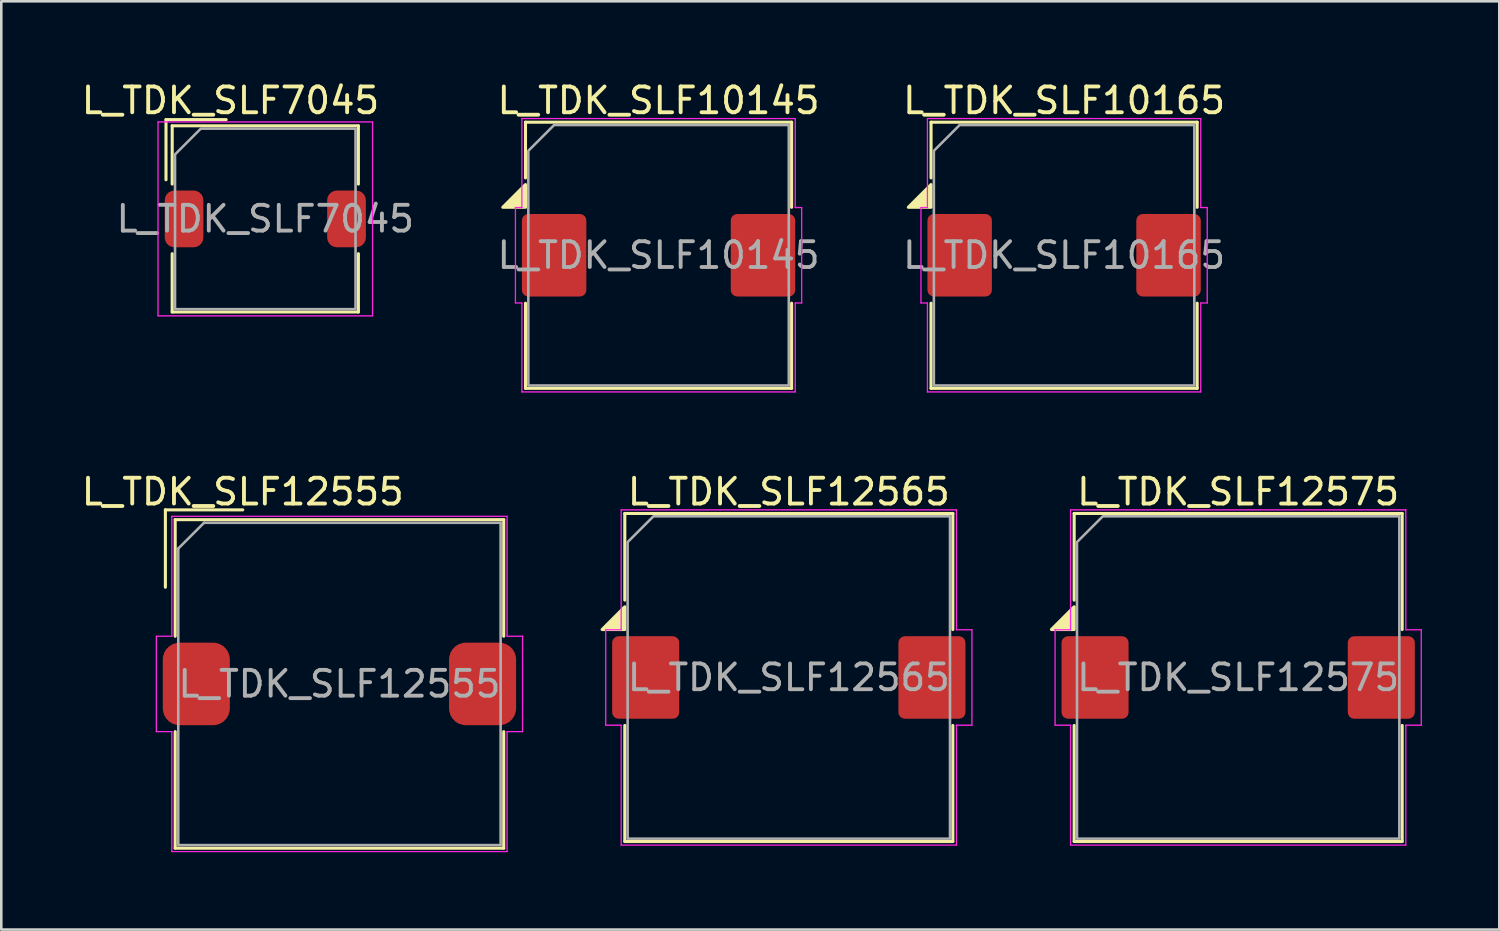
<source format=kicad_pcb>
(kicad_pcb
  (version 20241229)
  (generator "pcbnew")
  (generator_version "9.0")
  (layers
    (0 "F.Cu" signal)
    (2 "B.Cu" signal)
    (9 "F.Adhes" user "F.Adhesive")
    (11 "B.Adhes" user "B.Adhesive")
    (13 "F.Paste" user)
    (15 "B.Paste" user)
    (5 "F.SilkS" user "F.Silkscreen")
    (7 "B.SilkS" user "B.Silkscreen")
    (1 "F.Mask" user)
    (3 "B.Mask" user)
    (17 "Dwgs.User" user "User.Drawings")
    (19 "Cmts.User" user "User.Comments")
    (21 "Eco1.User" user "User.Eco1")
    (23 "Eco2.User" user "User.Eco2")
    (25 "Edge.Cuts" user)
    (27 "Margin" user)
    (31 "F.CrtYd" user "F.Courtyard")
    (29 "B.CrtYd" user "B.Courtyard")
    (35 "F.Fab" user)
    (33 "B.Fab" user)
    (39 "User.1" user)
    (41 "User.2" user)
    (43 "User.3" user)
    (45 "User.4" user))
  (footprint "L_TDK_SLF12555"
    (layer "F.Cu")
    (at 10.113 23.471)
    (property "Reference" "L_TDK_SLF12555" (at -3.75 -7.45 0) (layer "F.SilkS") (effects (font (size 1 1) (thickness 0.15))))
    (attr smd)
    (fp_line (start -6.75 -6.75) (end -3.75 -6.75) (stroke (width 0.12) (type solid)) (layer "F.SilkS"))
    (fp_line (start -6.75 -3.75) (end -6.75 -6.75) (stroke (width 0.12) (type solid)) (layer "F.SilkS"))
    (fp_line (start -6.37 -6.37) (end -6.37 -1.85) (stroke (width 0.12) (type solid)) (layer "F.SilkS"))
    (fp_line (start -6.37 -6.37) (end 6.37 -6.37) (stroke (width 0.12) (type solid)) (layer "F.SilkS"))
    (fp_line (start -6.37 1.85) (end -6.37 6.37) (stroke (width 0.12) (type solid)) (layer "F.SilkS"))
    (fp_line (start -6.37 6.37) (end 6.37 6.37) (stroke (width 0.12) (type solid)) (layer "F.SilkS"))
    (fp_line (start 6.37 -6.37) (end 6.37 -1.85) (stroke (width 0.12) (type solid)) (layer "F.SilkS"))
    (fp_line (start 6.37 1.85) (end 6.37 6.37) (stroke (width 0.12) (type solid)) (layer "F.SilkS"))
    (fp_line (start -7.1 -1.85) (end -7.1 1.85) (stroke (width 0.05) (type solid)) (layer "F.CrtYd"))
    (fp_line (start -7.1 1.85) (end -6.5 1.85) (stroke (width 0.05) (type solid)) (layer "F.CrtYd"))
    (fp_line (start -6.5 -6.5) (end -6.5 -1.85) (stroke (width 0.05) (type solid)) (layer "F.CrtYd"))
    (fp_line (start -6.5 -6.5) (end 6.5 -6.5) (stroke (width 0.05) (type solid)) (layer "F.CrtYd"))
    (fp_line (start -6.5 -1.85) (end -7.1 -1.85) (stroke (width 0.05) (type solid)) (layer "F.CrtYd"))
    (fp_line (start -6.5 1.85) (end -6.5 6.5) (stroke (width 0.05) (type solid)) (layer "F.CrtYd"))
    (fp_line (start -6.5 6.5) (end 6.5 6.5) (stroke (width 0.05) (type solid)) (layer "F.CrtYd"))
    (fp_line (start 6.5 -6.5) (end 6.5 -1.85) (stroke (width 0.05) (type solid)) (layer "F.CrtYd"))
    (fp_line (start 6.5 -1.85) (end 7.1 -1.85) (stroke (width 0.05) (type solid)) (layer "F.CrtYd"))
    (fp_line (start 6.5 1.85) (end 6.5 6.5) (stroke (width 0.05) (type solid)) (layer "F.CrtYd"))
    (fp_line (start 7.1 -1.85) (end 7.1 1.85) (stroke (width 0.05) (type solid)) (layer "F.CrtYd"))
    (fp_line (start 7.1 1.85) (end 6.5 1.85) (stroke (width 0.05) (type solid)) (layer "F.CrtYd"))
    (fp_line (start -6.25 -5.25) (end -5.25 -6.25) (stroke (width 0.1) (type solid)) (layer "F.Fab"))
    (fp_line (start -6.25 6.25) (end -6.25 -5.25) (stroke (width 0.1) (type solid)) (layer "F.Fab"))
    (fp_line (start -5.25 -6.25) (end 6.25 -6.25) (stroke (width 0.1) (type solid)) (layer "F.Fab"))
    (fp_line (start 6.25 -6.25) (end 6.25 6.25) (stroke (width 0.1) (type solid)) (layer "F.Fab"))
    (fp_line (start 6.25 6.25) (end -6.25 6.25) (stroke (width 0.1) (type solid)) (layer "F.Fab"))
    (fp_text user "${REFERENCE}" (at 0 0 0) (layer "F.Fab") (effects (font (size 1 1) (thickness 0.15))))
    (pad "1" smd roundrect (at -5.55 0) (size 2.6 3.2) (layers "F.Cu" "F.Mask" "F.Paste") (roundrect_rratio 0.25))
    (pad "2" smd roundrect (at 5.55 0) (size 2.6 3.2) (layers "F.Cu" "F.Mask" "F.Paste") (roundrect_rratio 0.25)))
  (footprint "L_TDK_SLF10165"
    (layer "F.Cu")
    (at 38.213 6.848)
    (property "Reference" "L_TDK_SLF10165" (at 0 -6 0) (layer "F.SilkS") (effects (font (size 1 1) (thickness 0.15))))
    (attr smd)
    (fp_line (start -5.16 -5.16) (end 5.16 -5.16) (stroke (width 0.12) (type solid)) (layer "F.SilkS"))
    (fp_line (start -5.16 -3) (end -5.16 -5.16) (stroke (width 0.12) (type solid)) (layer "F.SilkS"))
    (fp_line (start -5.16 5.16) (end -5.16 1.86) (stroke (width 0.12) (type solid)) (layer "F.SilkS"))
    (fp_line (start 5.16 -5.16) (end 5.16 -1.86) (stroke (width 0.12) (type solid)) (layer "F.SilkS"))
    (fp_line (start 5.16 1.86) (end 5.16 5.16) (stroke (width 0.12) (type solid)) (layer "F.SilkS"))
    (fp_line (start 5.16 5.16) (end -5.16 5.16) (stroke (width 0.12) (type solid)) (layer "F.SilkS"))
    (fp_poly (pts (xy -5.16 -1.86) (xy -6.04 -1.86) (xy -5.16 -2.74)) (stroke (width 0.12) (type solid)) (fill yes) (layer "F.SilkS"))
    (fp_line (start -5.55 -1.85) (end -5.3 -1.85) (stroke (width 0.05) (type solid)) (layer "F.CrtYd"))
    (fp_line (start -5.55 1.85) (end -5.55 -1.85) (stroke (width 0.05) (type solid)) (layer "F.CrtYd"))
    (fp_line (start -5.3 -5.3) (end 5.3 -5.3) (stroke (width 0.05) (type solid)) (layer "F.CrtYd"))
    (fp_line (start -5.3 -1.85) (end -5.3 -5.3) (stroke (width 0.05) (type solid)) (layer "F.CrtYd"))
    (fp_line (start -5.3 1.85) (end -5.55 1.85) (stroke (width 0.05) (type solid)) (layer "F.CrtYd"))
    (fp_line (start -5.3 5.3) (end -5.3 1.85) (stroke (width 0.05) (type solid)) (layer "F.CrtYd"))
    (fp_line (start 5.3 -5.3) (end 5.3 -1.85) (stroke (width 0.05) (type solid)) (layer "F.CrtYd"))
    (fp_line (start 5.3 -1.85) (end 5.55 -1.85) (stroke (width 0.05) (type solid)) (layer "F.CrtYd"))
    (fp_line (start 5.3 1.85) (end 5.3 5.3) (stroke (width 0.05) (type solid)) (layer "F.CrtYd"))
    (fp_line (start 5.3 5.3) (end -5.3 5.3) (stroke (width 0.05) (type solid)) (layer "F.CrtYd"))
    (fp_line (start 5.55 -1.85) (end 5.55 1.85) (stroke (width 0.05) (type solid)) (layer "F.CrtYd"))
    (fp_line (start 5.55 1.85) (end 5.3 1.85) (stroke (width 0.05) (type solid)) (layer "F.CrtYd"))
    (fp_poly (pts (xy -5.05 -4.05) (xy -5.05 5.05) (xy 5.05 5.05) (xy 5.05 -5.05) (xy -4.05 -5.05)) (stroke (width 0.1) (type solid)) (fill no) (layer "F.Fab"))
    (fp_text user "${REFERENCE}" (at 0 0 0) (layer "F.Fab") (effects (font (size 1 1) (thickness 0.15))))
    (pad "1" smd roundrect (at -4.05 0) (size 2.5 3.2) (layers "F.Cu" "F.Mask" "F.Paste") (roundrect_rratio 0.1))
    (pad "2" smd roundrect (at 4.05 0) (size 2.5 3.2) (layers "F.Cu" "F.Mask" "F.Paste") (roundrect_rratio 0.1)))
  (footprint "L_TDK_SLF7045"
    (layer "F.Cu")
    (at 7.237 5.438)
    (property "Reference" "L_TDK_SLF7045" (at -1.35 -4.59 0) (layer "F.SilkS") (effects (font (size 1 1) (thickness 0.15))))
    (attr smd)
    (fp_line (start -3.85 -3.85) (end -1.517 -3.85) (stroke (width 0.12) (type solid)) (layer "F.SilkS"))
    (fp_line (start -3.85 -1.517) (end -3.85 -3.85) (stroke (width 0.12) (type solid)) (layer "F.SilkS"))
    (fp_line (start -3.61 -3.61) (end -3.61 -1.35) (stroke (width 0.12) (type solid)) (layer "F.SilkS"))
    (fp_line (start -3.61 -3.61) (end 3.61 -3.61) (stroke (width 0.12) (type solid)) (layer "F.SilkS"))
    (fp_line (start -3.61 1.35) (end -3.61 3.61) (stroke (width 0.12) (type solid)) (layer "F.SilkS"))
    (fp_line (start -3.61 3.61) (end 3.61 3.61) (stroke (width 0.12) (type solid)) (layer "F.SilkS"))
    (fp_line (start 3.61 -3.61) (end 3.61 -1.35) (stroke (width 0.12) (type solid)) (layer "F.SilkS"))
    (fp_line (start 3.61 1.35) (end 3.61 3.61) (stroke (width 0.12) (type solid)) (layer "F.SilkS"))
    (fp_line (start -4.16 -3.76) (end -4.16 3.76) (stroke (width 0.05) (type solid)) (layer "F.CrtYd"))
    (fp_line (start -4.16 3.76) (end 4.16 3.76) (stroke (width 0.05) (type solid)) (layer "F.CrtYd"))
    (fp_line (start 4.16 -3.76) (end -4.16 -3.76) (stroke (width 0.05) (type solid)) (layer "F.CrtYd"))
    (fp_line (start 4.16 3.76) (end 4.16 -3.76) (stroke (width 0.05) (type solid)) (layer "F.CrtYd"))
    (fp_poly (pts (xy -3.5 -2.5) (xy -3.5 3.5) (xy 3.5 3.5) (xy 3.5 -3.5) (xy -2.5 -3.5)) (stroke (width 0.1) (type solid)) (fill no) (layer "F.Fab"))
    (fp_text user "${REFERENCE}" (at 0 0 0) (layer "F.Fab") (effects (font (size 1 1) (thickness 0.15))))
    (pad "1" smd roundrect (at -3.15 0) (size 1.5 2.2) (layers "F.Cu" "F.Mask" "F.Paste") (roundrect_rratio 0.25))
    (pad "2" smd roundrect (at 3.15 0) (size 1.5 2.2) (layers "F.Cu" "F.Mask" "F.Paste") (roundrect_rratio 0.25)))
  (footprint "L_TDK_SLF10145"
    (layer "F.Cu")
    (at 22.487 6.848)
    (property "Reference" "L_TDK_SLF10145" (at 0 -6 0) (layer "F.SilkS") (effects (font (size 1 1) (thickness 0.15))))
    (attr smd)
    (fp_line (start -5.16 -5.16) (end 5.16 -5.16) (stroke (width 0.12) (type solid)) (layer "F.SilkS"))
    (fp_line (start -5.16 -3) (end -5.16 -5.16) (stroke (width 0.12) (type solid)) (layer "F.SilkS"))
    (fp_line (start -5.16 5.16) (end -5.16 1.86) (stroke (width 0.12) (type solid)) (layer "F.SilkS"))
    (fp_line (start 5.16 -5.16) (end 5.16 -1.86) (stroke (width 0.12) (type solid)) (layer "F.SilkS"))
    (fp_line (start 5.16 1.86) (end 5.16 5.16) (stroke (width 0.12) (type solid)) (layer "F.SilkS"))
    (fp_line (start 5.16 5.16) (end -5.16 5.16) (stroke (width 0.12) (type solid)) (layer "F.SilkS"))
    (fp_poly (pts (xy -5.16 -1.86) (xy -6.04 -1.86) (xy -5.16 -2.74)) (stroke (width 0.12) (type solid)) (fill yes) (layer "F.SilkS"))
    (fp_line (start -5.55 -1.85) (end -5.3 -1.85) (stroke (width 0.05) (type solid)) (layer "F.CrtYd"))
    (fp_line (start -5.55 1.85) (end -5.55 -1.85) (stroke (width 0.05) (type solid)) (layer "F.CrtYd"))
    (fp_line (start -5.3 -5.3) (end 5.3 -5.3) (stroke (width 0.05) (type solid)) (layer "F.CrtYd"))
    (fp_line (start -5.3 -1.85) (end -5.3 -5.3) (stroke (width 0.05) (type solid)) (layer "F.CrtYd"))
    (fp_line (start -5.3 1.85) (end -5.55 1.85) (stroke (width 0.05) (type solid)) (layer "F.CrtYd"))
    (fp_line (start -5.3 5.3) (end -5.3 1.85) (stroke (width 0.05) (type solid)) (layer "F.CrtYd"))
    (fp_line (start 5.3 -5.3) (end 5.3 -1.85) (stroke (width 0.05) (type solid)) (layer "F.CrtYd"))
    (fp_line (start 5.3 -1.85) (end 5.55 -1.85) (stroke (width 0.05) (type solid)) (layer "F.CrtYd"))
    (fp_line (start 5.3 1.85) (end 5.3 5.3) (stroke (width 0.05) (type solid)) (layer "F.CrtYd"))
    (fp_line (start 5.3 5.3) (end -5.3 5.3) (stroke (width 0.05) (type solid)) (layer "F.CrtYd"))
    (fp_line (start 5.55 -1.85) (end 5.55 1.85) (stroke (width 0.05) (type solid)) (layer "F.CrtYd"))
    (fp_line (start 5.55 1.85) (end 5.3 1.85) (stroke (width 0.05) (type solid)) (layer "F.CrtYd"))
    (fp_poly (pts (xy -5.05 -4.05) (xy -5.05 5.05) (xy 5.05 5.05) (xy 5.05 -5.05) (xy -4.05 -5.05)) (stroke (width 0.1) (type solid)) (fill no) (layer "F.Fab"))
    (fp_text user "${REFERENCE}" (at 0 0 0) (layer "F.Fab") (effects (font (size 1 1) (thickness 0.15))))
    (pad "1" smd roundrect (at -4.05 0) (size 2.5 3.2) (layers "F.Cu" "F.Mask" "F.Paste") (roundrect_rratio 0.1))
    (pad "2" smd roundrect (at 4.05 0) (size 2.5 3.2) (layers "F.Cu" "F.Mask" "F.Paste") (roundrect_rratio 0.1)))
  (footprint "L_TDK_SLF12575"
    (layer "F.Cu")
    (at 44.963 23.221)
    (property "Reference" "L_TDK_SLF12575" (at 0 -7.2 0) (layer "F.SilkS") (effects (font (size 1 1) (thickness 0.15))))
    (attr smd)
    (fp_line (start -6.36 -6.36) (end 6.36 -6.36) (stroke (width 0.12) (type solid)) (layer "F.SilkS"))
    (fp_line (start -6.36 -3) (end -6.36 -6.36) (stroke (width 0.12) (type solid)) (layer "F.SilkS"))
    (fp_line (start -6.36 6.36) (end -6.36 1.86) (stroke (width 0.12) (type solid)) (layer "F.SilkS"))
    (fp_line (start 6.36 -6.36) (end 6.36 -1.86) (stroke (width 0.12) (type solid)) (layer "F.SilkS"))
    (fp_line (start 6.36 1.86) (end 6.36 6.36) (stroke (width 0.12) (type solid)) (layer "F.SilkS"))
    (fp_line (start 6.36 6.36) (end -6.36 6.36) (stroke (width 0.12) (type solid)) (layer "F.SilkS"))
    (fp_poly (pts (xy -6.36 -1.86) (xy -7.24 -1.86) (xy -6.36 -2.74)) (stroke (width 0.12) (type solid)) (fill yes) (layer "F.SilkS"))
    (fp_line (start -7.1 -1.85) (end -6.5 -1.85) (stroke (width 0.05) (type solid)) (layer "F.CrtYd"))
    (fp_line (start -7.1 1.85) (end -7.1 -1.85) (stroke (width 0.05) (type solid)) (layer "F.CrtYd"))
    (fp_line (start -6.5 -6.5) (end 6.5 -6.5) (stroke (width 0.05) (type solid)) (layer "F.CrtYd"))
    (fp_line (start -6.5 -1.85) (end -6.5 -6.5) (stroke (width 0.05) (type solid)) (layer "F.CrtYd"))
    (fp_line (start -6.5 1.85) (end -7.1 1.85) (stroke (width 0.05) (type solid)) (layer "F.CrtYd"))
    (fp_line (start -6.5 6.5) (end -6.5 1.85) (stroke (width 0.05) (type solid)) (layer "F.CrtYd"))
    (fp_line (start 6.5 -6.5) (end 6.5 -1.85) (stroke (width 0.05) (type solid)) (layer "F.CrtYd"))
    (fp_line (start 6.5 -1.85) (end 7.1 -1.85) (stroke (width 0.05) (type solid)) (layer "F.CrtYd"))
    (fp_line (start 6.5 1.85) (end 6.5 6.5) (stroke (width 0.05) (type solid)) (layer "F.CrtYd"))
    (fp_line (start 6.5 6.5) (end -6.5 6.5) (stroke (width 0.05) (type solid)) (layer "F.CrtYd"))
    (fp_line (start 7.1 -1.85) (end 7.1 1.85) (stroke (width 0.05) (type solid)) (layer "F.CrtYd"))
    (fp_line (start 7.1 1.85) (end 6.5 1.85) (stroke (width 0.05) (type solid)) (layer "F.CrtYd"))
    (fp_poly (pts (xy -6.25 -5.25) (xy -6.25 6.25) (xy 6.25 6.25) (xy 6.25 -6.25) (xy -5.25 -6.25)) (stroke (width 0.1) (type solid)) (fill no) (layer "F.Fab"))
    (fp_text user "${REFERENCE}" (at 0 0 0) (layer "F.Fab") (effects (font (size 1 1) (thickness 0.15))))
    (pad "1" smd roundrect (at -5.55 0) (size 2.6 3.2) (layers "F.Cu" "F.Mask" "F.Paste") (roundrect_rratio 0.096))
    (pad "2" smd roundrect (at 5.55 0) (size 2.6 3.2) (layers "F.Cu" "F.Mask" "F.Paste") (roundrect_rratio 0.096)))
  (footprint "L_TDK_SLF12565"
    (layer "F.Cu")
    (at 27.538 23.221)
    (property "Reference" "L_TDK_SLF12565" (at 0 -7.2 0) (layer "F.SilkS") (effects (font (size 1 1) (thickness 0.15))))
    (attr smd)
    (fp_line (start -6.36 -6.36) (end 6.36 -6.36) (stroke (width 0.12) (type solid)) (layer "F.SilkS"))
    (fp_line (start -6.36 -3) (end -6.36 -6.36) (stroke (width 0.12) (type solid)) (layer "F.SilkS"))
    (fp_line (start -6.36 6.36) (end -6.36 1.86) (stroke (width 0.12) (type solid)) (layer "F.SilkS"))
    (fp_line (start 6.36 -6.36) (end 6.36 -1.86) (stroke (width 0.12) (type solid)) (layer "F.SilkS"))
    (fp_line (start 6.36 1.86) (end 6.36 6.36) (stroke (width 0.12) (type solid)) (layer "F.SilkS"))
    (fp_line (start 6.36 6.36) (end -6.36 6.36) (stroke (width 0.12) (type solid)) (layer "F.SilkS"))
    (fp_poly (pts (xy -6.36 -1.86) (xy -7.24 -1.86) (xy -6.36 -2.74)) (stroke (width 0.12) (type solid)) (fill yes) (layer "F.SilkS"))
    (fp_line (start -7.1 -1.85) (end -6.5 -1.85) (stroke (width 0.05) (type solid)) (layer "F.CrtYd"))
    (fp_line (start -7.1 1.85) (end -7.1 -1.85) (stroke (width 0.05) (type solid)) (layer "F.CrtYd"))
    (fp_line (start -6.5 -6.5) (end 6.5 -6.5) (stroke (width 0.05) (type solid)) (layer "F.CrtYd"))
    (fp_line (start -6.5 -1.85) (end -6.5 -6.5) (stroke (width 0.05) (type solid)) (layer "F.CrtYd"))
    (fp_line (start -6.5 1.85) (end -7.1 1.85) (stroke (width 0.05) (type solid)) (layer "F.CrtYd"))
    (fp_line (start -6.5 6.5) (end -6.5 1.85) (stroke (width 0.05) (type solid)) (layer "F.CrtYd"))
    (fp_line (start 6.5 -6.5) (end 6.5 -1.85) (stroke (width 0.05) (type solid)) (layer "F.CrtYd"))
    (fp_line (start 6.5 -1.85) (end 7.1 -1.85) (stroke (width 0.05) (type solid)) (layer "F.CrtYd"))
    (fp_line (start 6.5 1.85) (end 6.5 6.5) (stroke (width 0.05) (type solid)) (layer "F.CrtYd"))
    (fp_line (start 6.5 6.5) (end -6.5 6.5) (stroke (width 0.05) (type solid)) (layer "F.CrtYd"))
    (fp_line (start 7.1 -1.85) (end 7.1 1.85) (stroke (width 0.05) (type solid)) (layer "F.CrtYd"))
    (fp_line (start 7.1 1.85) (end 6.5 1.85) (stroke (width 0.05) (type solid)) (layer "F.CrtYd"))
    (fp_poly (pts (xy -6.25 -5.25) (xy -6.25 6.25) (xy 6.25 6.25) (xy 6.25 -6.25) (xy -5.25 -6.25)) (stroke (width 0.1) (type solid)) (fill no) (layer "F.Fab"))
    (fp_text user "${REFERENCE}" (at 0 0 0) (layer "F.Fab") (effects (font (size 1 1) (thickness 0.15))))
    (pad "1" smd roundrect (at -5.55 0) (size 2.6 3.2) (layers "F.Cu" "F.Mask" "F.Paste") (roundrect_rratio 0.096))
    (pad "2" smd roundrect (at 5.55 0) (size 2.6 3.2) (layers "F.Cu" "F.Mask" "F.Paste") (roundrect_rratio 0.096)))
  (gr_rect
    (start -3 -3)
    (end 55.088 32.996)
    (stroke (width 0.1) (type default))
    (fill no)
    (layer "Edge.Cuts")))
</source>
